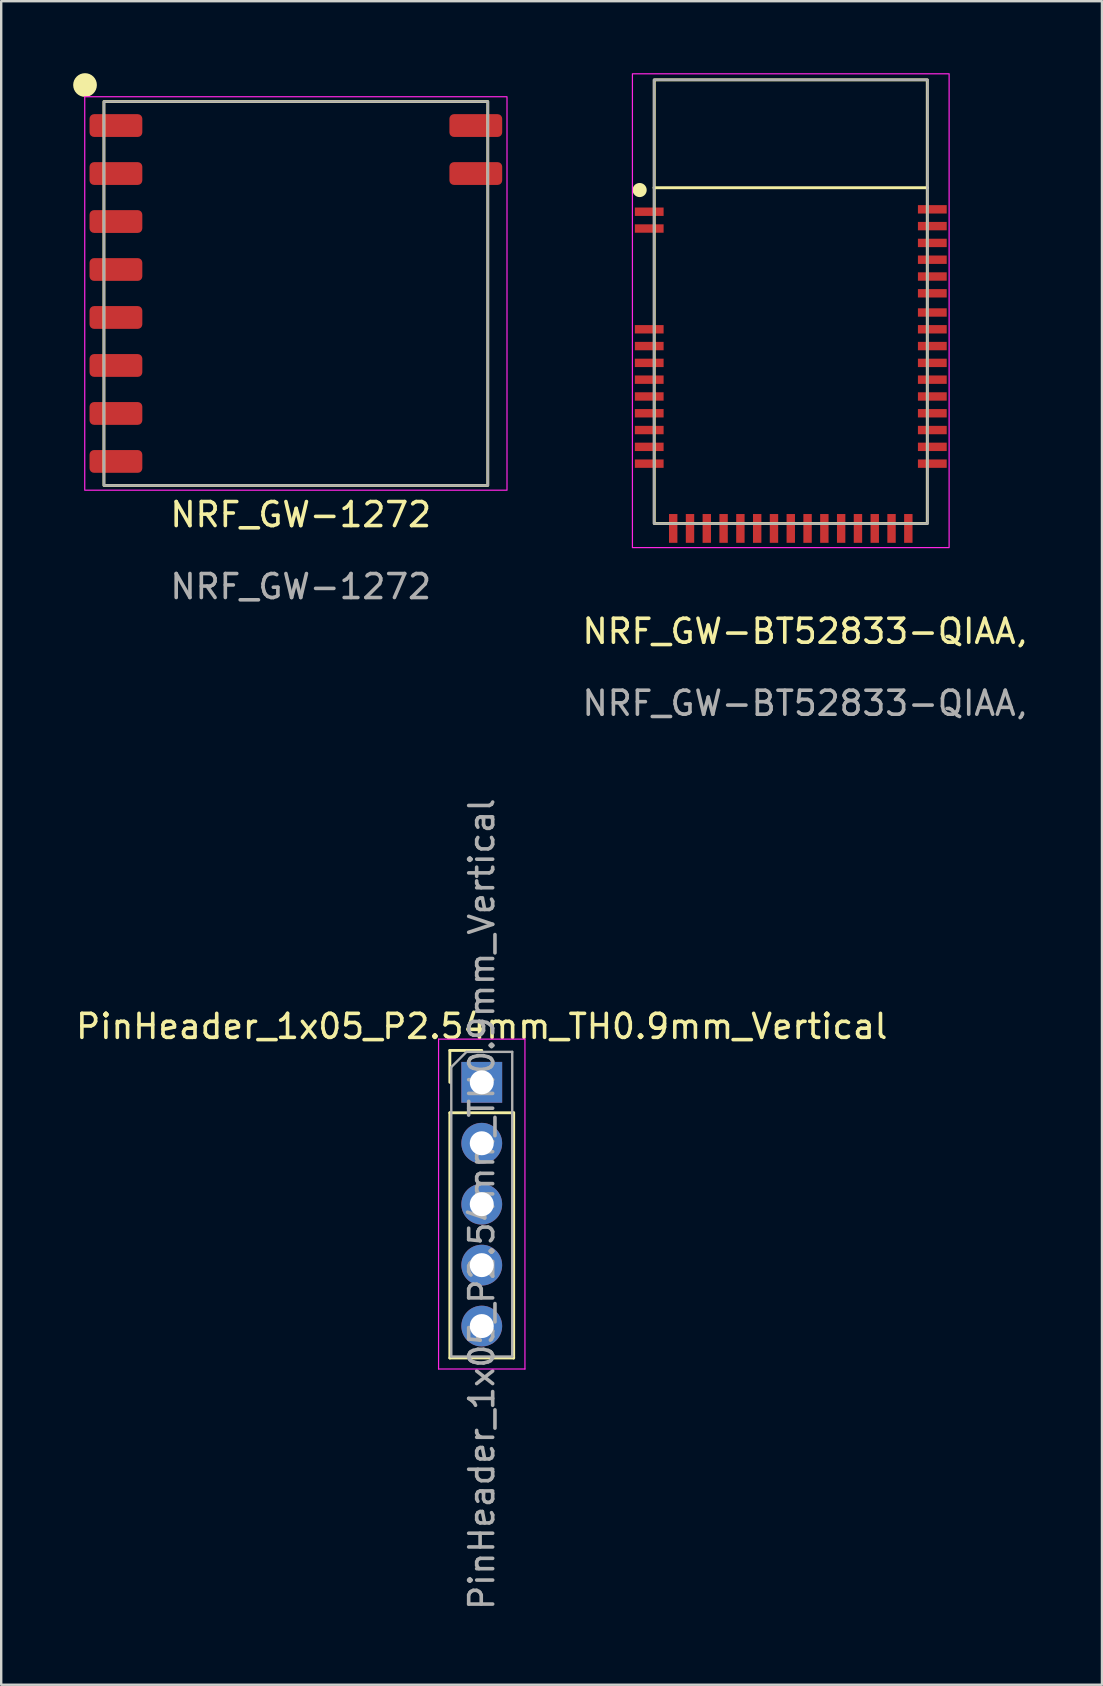
<source format=kicad_pcb>
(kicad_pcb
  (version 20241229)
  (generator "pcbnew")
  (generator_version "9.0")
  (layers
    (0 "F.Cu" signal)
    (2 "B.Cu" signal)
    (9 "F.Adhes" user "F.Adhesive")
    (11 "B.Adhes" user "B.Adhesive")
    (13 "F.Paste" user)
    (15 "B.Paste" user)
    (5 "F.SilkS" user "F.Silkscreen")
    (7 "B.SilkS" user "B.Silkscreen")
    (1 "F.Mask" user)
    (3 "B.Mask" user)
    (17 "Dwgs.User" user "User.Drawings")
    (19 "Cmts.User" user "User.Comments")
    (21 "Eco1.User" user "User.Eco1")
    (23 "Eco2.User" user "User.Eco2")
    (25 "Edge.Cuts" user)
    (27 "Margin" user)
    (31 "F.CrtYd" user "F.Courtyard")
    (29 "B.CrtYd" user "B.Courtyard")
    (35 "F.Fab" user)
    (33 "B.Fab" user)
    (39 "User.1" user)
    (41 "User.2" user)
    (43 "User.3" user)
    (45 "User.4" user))
  (footprint "PinHeader_1x05_P2.54mm_TH0.9mm_Vertical"
    (layer "F.Cu")
    (at 17.03 42.062)
    (property "Reference" "PinHeader_1x05_P2.54mm_TH0.9mm_Vertical" (at 0 -2.33 0) (layer "F.SilkS") (effects (font (size 1 1) (thickness 0.15))))
    (attr through_hole)
    (fp_line (start -1.33 -1.33) (end 0 -1.33) (stroke (width 0.12) (type solid)) (layer "F.SilkS"))
    (fp_line (start -1.33 0) (end -1.33 -1.33) (stroke (width 0.12) (type solid)) (layer "F.SilkS"))
    (fp_line (start -1.33 1.27) (end -1.33 11.49) (stroke (width 0.12) (type solid)) (layer "F.SilkS"))
    (fp_line (start -1.33 1.27) (end 1.33 1.27) (stroke (width 0.12) (type solid)) (layer "F.SilkS"))
    (fp_line (start -1.33 11.49) (end 1.33 11.49) (stroke (width 0.12) (type solid)) (layer "F.SilkS"))
    (fp_line (start 1.33 1.27) (end 1.33 11.49) (stroke (width 0.12) (type solid)) (layer "F.SilkS"))
    (fp_line (start -1.8 -1.8) (end -1.8 11.95) (stroke (width 0.05) (type solid)) (layer "F.CrtYd"))
    (fp_line (start -1.8 11.95) (end 1.8 11.95) (stroke (width 0.05) (type solid)) (layer "F.CrtYd"))
    (fp_line (start 1.8 -1.8) (end -1.8 -1.8) (stroke (width 0.05) (type solid)) (layer "F.CrtYd"))
    (fp_line (start 1.8 11.95) (end 1.8 -1.8) (stroke (width 0.05) (type solid)) (layer "F.CrtYd"))
    (fp_line (start -1.27 -0.635) (end -0.635 -1.27) (stroke (width 0.1) (type solid)) (layer "F.Fab"))
    (fp_line (start -1.27 11.43) (end -1.27 -0.635) (stroke (width 0.1) (type solid)) (layer "F.Fab"))
    (fp_line (start -0.635 -1.27) (end 1.27 -1.27) (stroke (width 0.1) (type solid)) (layer "F.Fab"))
    (fp_line (start 1.27 -1.27) (end 1.27 11.43) (stroke (width 0.1) (type solid)) (layer "F.Fab"))
    (fp_line (start 1.27 11.43) (end -1.27 11.43) (stroke (width 0.1) (type solid)) (layer "F.Fab"))
    (fp_text user "${REFERENCE}" (at 0 5.08 90) (layer "F.Fab") (effects (font (size 1 1) (thickness 0.15))))
    (pad "1" thru_hole rect (at 0 0) (size 1.7 1.7) (drill 1) (layers "*.Cu" "*.Mask"))
    (pad "2" thru_hole oval (at 0 2.54) (size 1.7 1.7) (drill 1) (layers "*.Cu" "*.Mask"))
    (pad "3" thru_hole oval (at 0 5.08) (size 1.7 1.7) (drill 1) (layers "*.Cu" "*.Mask"))
    (pad "4" thru_hole oval (at 0 7.62) (size 1.7 1.7) (drill 1) (layers "*.Cu" "*.Mask"))
    (pad "5" thru_hole oval (at 0 10.16) (size 1.7 1.7) (drill 1) (layers "*.Cu" "*.Mask")))
  (footprint "NRF_GW-1272"
    (layer "F.Cu")
    (at 9.282 9.183)
    (property "Reference" "NRF_GW-1272" (at 0.203 9.217 0) (unlocked yes) (layer "F.SilkS") (effects (font (size 1 1) (thickness 0.15))))
    (attr smd)
    (fp_rect (start -8 -8) (end 8 8) (stroke (width 0.12) (type solid)) (fill no) (layer "F.SilkS"))
    (fp_circle (center -8.788 -8.689) (end -8.354 -8.689) (stroke (width 0.12) (type solid)) (fill yes) (layer "F.SilkS"))
    (fp_rect (start -8.8 -8.2) (end 8.8 8.2) (stroke (width 0.05) (type solid)) (fill no) (layer "F.CrtYd"))
    (fp_rect (start -8 -8) (end 8 8) (stroke (width 0.1) (type solid)) (fill no) (layer "F.Fab"))
    (fp_text user "${REFERENCE}" (at 0.203 12.217 0) (unlocked yes) (layer "F.Fab") (effects (font (size 1 1) (thickness 0.15))))
    (pad "1" smd roundrect (at -7.5 -7 180) (size 2.2 0.95) (layers "F.Cu" "F.Mask" "F.Paste") (roundrect_rratio 0.2))
    (pad "2" smd roundrect (at -7.5 -5 180) (size 2.2 0.95) (layers "F.Cu" "F.Mask" "F.Paste") (roundrect_rratio 0.2))
    (pad "3" smd roundrect (at -7.5 -3 180) (size 2.2 0.95) (layers "F.Cu" "F.Mask" "F.Paste") (roundrect_rratio 0.2))
    (pad "4" smd roundrect (at -7.5 -1 180) (size 2.2 0.95) (layers "F.Cu" "F.Mask" "F.Paste") (roundrect_rratio 0.2))
    (pad "5" smd roundrect (at -7.5 1 180) (size 2.2 0.95) (layers "F.Cu" "F.Mask" "F.Paste") (roundrect_rratio 0.2))
    (pad "6" smd roundrect (at -7.5 3 180) (size 2.2 0.95) (layers "F.Cu" "F.Mask" "F.Paste") (roundrect_rratio 0.2))
    (pad "7" smd roundrect (at -7.5 5 180) (size 2.2 0.95) (layers "F.Cu" "F.Mask" "F.Paste") (roundrect_rratio 0.2))
    (pad "8" smd roundrect (at -7.5 7 180) (size 2.2 0.95) (layers "F.Cu" "F.Mask" "F.Paste") (roundrect_rratio 0.2))
    (pad "9" smd roundrect (at 7.5 -5 180) (size 2.2 0.95) (layers "F.Cu" "F.Mask" "F.Paste") (roundrect_rratio 0.2))
    (pad "10" smd roundrect (at 7.5 -7 180) (size 2.2 0.95) (layers "F.Cu" "F.Mask" "F.Paste") (roundrect_rratio 0.2)))
  (footprint "NRF_GW-BT52833-QIAA,"
    (layer "F.Cu")
    (at 29.91 9.525)
    (property "Reference" "NRF_GW-BT52833-QIAA," (at 0.584 13.739 0) (unlocked yes) (layer "F.SilkS") (effects (font (size 1 1) (thickness 0.15))))
    (attr smd)
    (fp_line (start -5.7 -4.75) (end 5.7 -4.75) (stroke (width 0.12) (type solid)) (layer "F.SilkS"))
    (fp_rect (start -5.69 -9.246) (end 5.69 9.246) (stroke (width 0.12) (type solid)) (fill no) (layer "F.SilkS"))
    (fp_circle (center -6.299 -4.654) (end -6.065 -4.654) (stroke (width 0.12) (type solid)) (fill yes) (layer "F.SilkS"))
    (fp_rect (start -6.6 -9.5) (end 6.6 10.25) (stroke (width 0.05) (type solid)) (fill no) (layer "F.CrtYd"))
    (fp_rect (start -5.7 -9.25) (end 5.7 9.25) (stroke (width 0.1) (type solid)) (fill no) (layer "F.Fab"))
    (fp_text user "${REFERENCE}" (at 0.584 16.739 0) (unlocked yes) (layer "F.Fab") (effects (font (size 1 1) (thickness 0.15))))
    (pad "1" smd rect (at -5.9 -3.75) (size 1.2 0.35) (layers "F.Cu" "F.Mask" "F.Paste"))
    (pad "2" smd rect (at -5.9 -3.05) (size 1.2 0.35) (layers "F.Cu" "F.Mask" "F.Paste"))
    (pad "3" smd rect (at -5.9 1.15) (size 1.2 0.35) (layers "F.Cu" "F.Mask" "F.Paste"))
    (pad "4" smd rect (at -5.9 1.85) (size 1.2 0.35) (layers "F.Cu" "F.Mask" "F.Paste"))
    (pad "5" smd rect (at -5.9 2.55) (size 1.2 0.35) (layers "F.Cu" "F.Mask" "F.Paste"))
    (pad "6" smd rect (at -5.9 3.25) (size 1.2 0.35) (layers "F.Cu" "F.Mask" "F.Paste"))
    (pad "7" smd rect (at -5.9 3.95) (size 1.2 0.35) (layers "F.Cu" "F.Mask" "F.Paste"))
    (pad "8" smd rect (at -5.9 4.65) (size 1.2 0.35) (layers "F.Cu" "F.Mask" "F.Paste"))
    (pad "9" smd rect (at -5.9 5.35) (size 1.2 0.35) (layers "F.Cu" "F.Mask" "F.Paste"))
    (pad "10" smd rect (at -5.9 6.05) (size 1.2 0.35) (layers "F.Cu" "F.Mask" "F.Paste"))
    (pad "11" smd rect (at -5.9 6.75) (size 1.2 0.35) (layers "F.Cu" "F.Mask" "F.Paste"))
    (pad "12" smd rect (at -4.9 9.45 90) (size 1.2 0.35) (layers "F.Cu" "F.Mask" "F.Paste"))
    (pad "13" smd rect (at -4.2 9.45 90) (size 1.2 0.35) (layers "F.Cu" "F.Mask" "F.Paste"))
    (pad "14" smd rect (at -3.5 9.45 90) (size 1.2 0.35) (layers "F.Cu" "F.Mask" "F.Paste"))
    (pad "15" smd rect (at -2.8 9.45 90) (size 1.2 0.35) (layers "F.Cu" "F.Mask" "F.Paste"))
    (pad "16" smd rect (at -2.1 9.45 90) (size 1.2 0.35) (layers "F.Cu" "F.Mask" "F.Paste"))
    (pad "17" smd rect (at -1.4 9.45 90) (size 1.2 0.35) (layers "F.Cu" "F.Mask" "F.Paste"))
    (pad "18" smd rect (at -0.7 9.45 90) (size 1.2 0.35) (layers "F.Cu" "F.Mask" "F.Paste"))
    (pad "19" smd rect (at 0 9.45 90) (size 1.2 0.35) (layers "F.Cu" "F.Mask" "F.Paste"))
    (pad "20" smd rect (at 0.7 9.45 90) (size 1.2 0.35) (layers "F.Cu" "F.Mask" "F.Paste"))
    (pad "21" smd rect (at 1.4 9.45 90) (size 1.2 0.35) (layers "F.Cu" "F.Mask" "F.Paste"))
    (pad "22" smd rect (at 2.1 9.45 90) (size 1.2 0.35) (layers "F.Cu" "F.Mask" "F.Paste"))
    (pad "23" smd rect (at 2.8 9.45 90) (size 1.2 0.35) (layers "F.Cu" "F.Mask" "F.Paste"))
    (pad "24" smd rect (at 3.5 9.45 90) (size 1.2 0.35) (layers "F.Cu" "F.Mask" "F.Paste"))
    (pad "25" smd rect (at 4.2 9.45 90) (size 1.2 0.35) (layers "F.Cu" "F.Mask" "F.Paste"))
    (pad "26" smd rect (at 4.9 9.45 90) (size 1.2 0.35) (layers "F.Cu" "F.Mask" "F.Paste"))
    (pad "27" smd rect (at 5.9 6.75 180) (size 1.2 0.35) (layers "F.Cu" "F.Mask" "F.Paste"))
    (pad "28" smd rect (at 5.9 6.05 180) (size 1.2 0.35) (layers "F.Cu" "F.Mask" "F.Paste"))
    (pad "29" smd rect (at 5.9 5.35 180) (size 1.2 0.35) (layers "F.Cu" "F.Mask" "F.Paste"))
    (pad "30" smd rect (at 5.9 4.65 180) (size 1.2 0.35) (layers "F.Cu" "F.Mask" "F.Paste"))
    (pad "31" smd rect (at 5.9 3.95 180) (size 1.2 0.35) (layers "F.Cu" "F.Mask" "F.Paste"))
    (pad "32" smd rect (at 5.9 3.25 180) (size 1.2 0.35) (layers "F.Cu" "F.Mask" "F.Paste"))
    (pad "33" smd rect (at 5.9 2.55 180) (size 1.2 0.35) (layers "F.Cu" "F.Mask" "F.Paste"))
    (pad "34" smd rect (at 5.9 1.85 180) (size 1.2 0.35) (layers "F.Cu" "F.Mask" "F.Paste"))
    (pad "35" smd rect (at 5.9 1.15 180) (size 1.2 0.35) (layers "F.Cu" "F.Mask" "F.Paste"))
    (pad "36" smd rect (at 5.9 0.45 180) (size 1.2 0.35) (layers "F.Cu" "F.Mask" "F.Paste"))
    (pad "37" smd rect (at 5.9 -0.35 180) (size 1.2 0.35) (layers "F.Cu" "F.Mask" "F.Paste"))
    (pad "38" smd rect (at 5.9 -1.05 180) (size 1.2 0.35) (layers "F.Cu" "F.Mask" "F.Paste"))
    (pad "39" smd rect (at 5.9 -1.75 180) (size 1.2 0.35) (layers "F.Cu" "F.Mask" "F.Paste"))
    (pad "40" smd rect (at 5.9 -2.45 180) (size 1.2 0.35) (layers "F.Cu" "F.Mask" "F.Paste"))
    (pad "41" smd rect (at 5.9 -3.15 180) (size 1.2 0.35) (layers "F.Cu" "F.Mask" "F.Paste"))
    (pad "42" smd rect (at 5.9 -3.85 180) (size 1.2 0.35) (layers "F.Cu" "F.Mask" "F.Paste")))
  (gr_rect
    (start -3 -3)
    (end 42.881 67.171)
    (stroke (width 0.1) (type default))
    (fill no)
    (layer "Edge.Cuts")))
</source>
